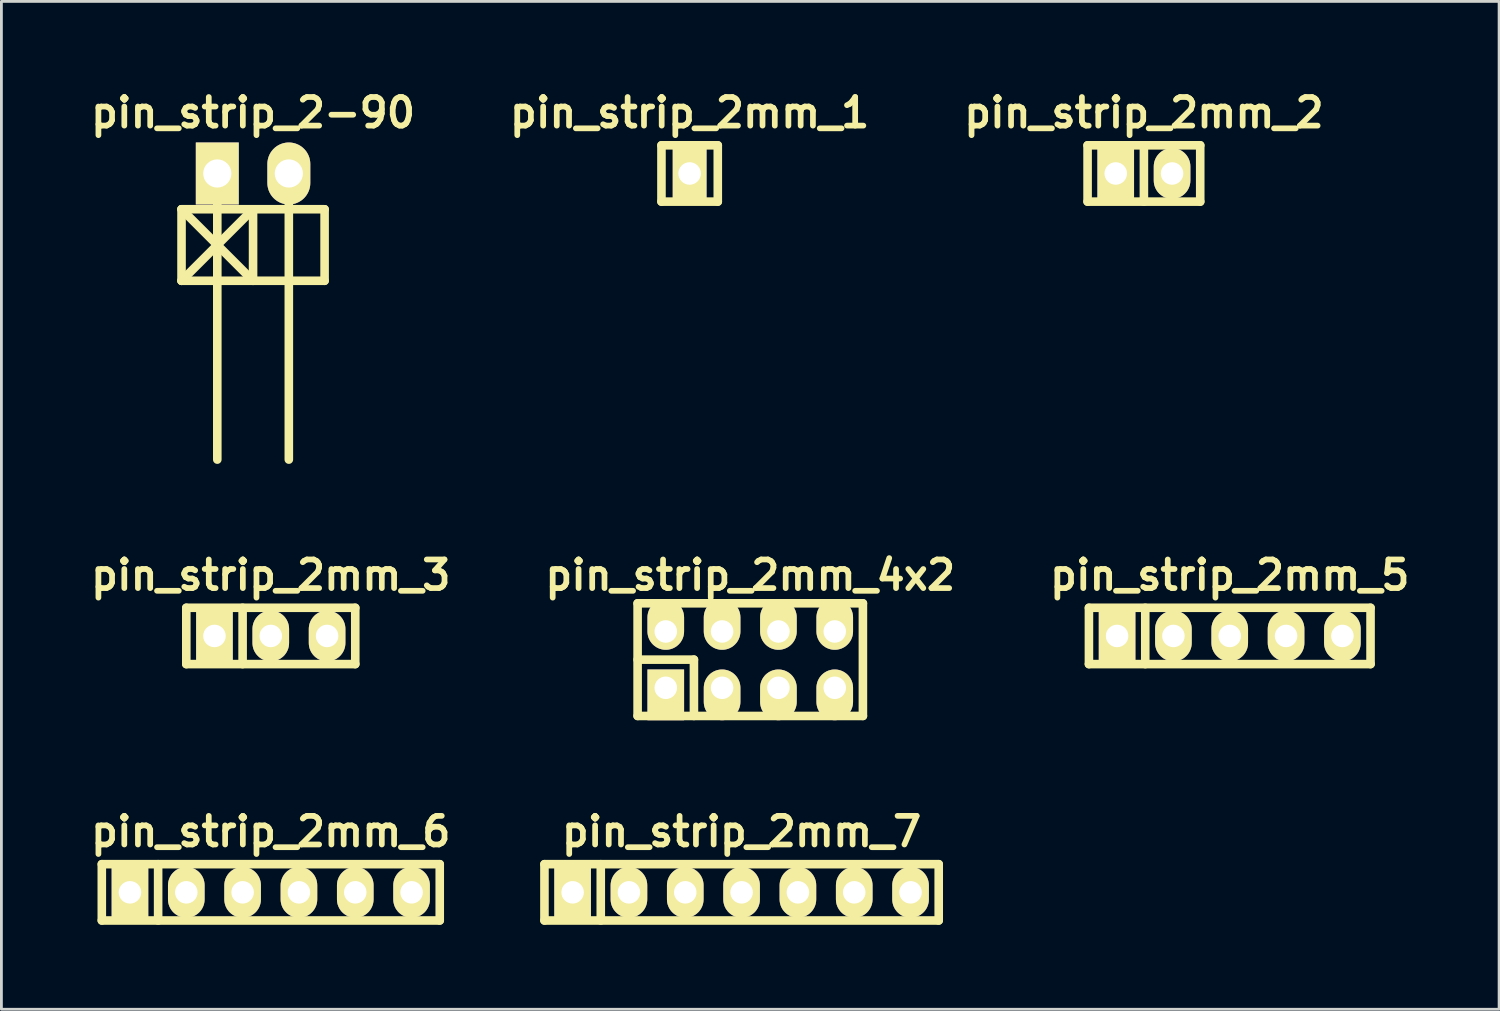
<source format=kicad_pcb>
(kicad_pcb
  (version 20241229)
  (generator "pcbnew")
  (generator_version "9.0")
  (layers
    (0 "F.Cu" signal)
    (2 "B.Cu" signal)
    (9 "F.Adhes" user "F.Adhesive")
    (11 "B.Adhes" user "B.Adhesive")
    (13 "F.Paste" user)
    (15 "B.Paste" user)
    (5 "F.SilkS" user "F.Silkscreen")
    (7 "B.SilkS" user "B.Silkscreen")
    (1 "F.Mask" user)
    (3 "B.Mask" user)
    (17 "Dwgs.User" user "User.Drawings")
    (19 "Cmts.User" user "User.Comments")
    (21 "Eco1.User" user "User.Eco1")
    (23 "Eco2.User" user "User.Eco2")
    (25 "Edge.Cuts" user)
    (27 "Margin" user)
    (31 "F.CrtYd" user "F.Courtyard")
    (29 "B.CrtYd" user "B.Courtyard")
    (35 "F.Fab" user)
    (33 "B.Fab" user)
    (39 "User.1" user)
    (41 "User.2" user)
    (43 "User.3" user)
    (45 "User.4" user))
  (footprint "pin_strip_2mm_4x2"
    (layer "F.Cu")
    (at 23.591 20.373)
    (property "Reference" "pin_strip_2mm_4x2" (at 0 -3 0) (layer "F.SilkS") (effects (font (size 1.016 1.016) (thickness 0.203))))
    (attr through_hole)
    (fp_line (start -4 -2) (end 4 -2) (stroke (width 0.305) (type solid)) (layer "F.SilkS"))
    (fp_line (start -4 0) (end -2 0) (stroke (width 0.305) (type solid)) (layer "F.SilkS"))
    (fp_line (start -4 2) (end -4 -2) (stroke (width 0.305) (type solid)) (layer "F.SilkS"))
    (fp_line (start -2 0) (end -2 2) (stroke (width 0.305) (type solid)) (layer "F.SilkS"))
    (fp_line (start 4 -2) (end 4 2) (stroke (width 0.305) (type solid)) (layer "F.SilkS"))
    (fp_line (start 4 2) (end -4 2) (stroke (width 0.305) (type solid)) (layer "F.SilkS"))
    (pad "1" thru_hole rect (at -3 1) (size 1.3 1.8) (drill 0.8 (offset 0 0.25)) (layers "*.Cu" "*.Mask" "F.SilkS"))
    (pad "2" thru_hole oval (at -3 -1) (size 1.3 1.8) (drill 0.8 (offset 0 -0.25)) (layers "*.Cu" "*.Mask" "F.SilkS"))
    (pad "3" thru_hole oval (at -1 1) (size 1.3 1.8) (drill 0.8 (offset 0 0.25)) (layers "*.Cu" "*.Mask" "F.SilkS"))
    (pad "4" thru_hole oval (at -1 -1) (size 1.3 1.8) (drill 0.8 (offset 0 -0.25)) (layers "*.Cu" "*.Mask" "F.SilkS"))
    (pad "5" thru_hole oval (at 1 1) (size 1.3 1.8) (drill 0.8 (offset 0 0.25)) (layers "*.Cu" "*.Mask" "F.SilkS"))
    (pad "6" thru_hole oval (at 1 -1) (size 1.3 1.8) (drill 0.8 (offset 0 -0.25)) (layers "*.Cu" "*.Mask" "F.SilkS"))
    (pad "7" thru_hole oval (at 3 1) (size 1.3 1.8) (drill 0.8 (offset 0 0.25)) (layers "*.Cu" "*.Mask" "F.SilkS"))
    (pad "8" thru_hole oval (at 3 -1) (size 1.3 1.8) (drill 0.8 (offset 0 -0.25)) (layers "*.Cu" "*.Mask" "F.SilkS")))
  (footprint "pin_strip_2-90"
    (layer "F.Cu")
    (at 5.936 3.11)
    (property "Reference" "pin_strip_2-90" (at 0 -2.159 0) (layer "F.SilkS") (effects (font (size 1.016 1.016) (thickness 0.203))))
    (attr through_hole)
    (fp_line (start -2.54 3.81) (end -2.54 1.27) (stroke (width 0.305) (type solid)) (layer "F.SilkS"))
    (fp_line (start -2.54 3.81) (end 2.54 3.81) (stroke (width 0.305) (type solid)) (layer "F.SilkS"))
    (fp_line (start -1.27 0) (end -1.27 10.16) (stroke (width 0.305) (type solid)) (layer "F.SilkS"))
    (fp_line (start 0 1.27) (end -2.54 3.81) (stroke (width 0.305) (type solid)) (layer "F.SilkS"))
    (fp_line (start 0 3.81) (end -2.54 1.27) (stroke (width 0.305) (type solid)) (layer "F.SilkS"))
    (fp_line (start 0 3.81) (end 0 1.27) (stroke (width 0.305) (type solid)) (layer "F.SilkS"))
    (fp_line (start 1.27 0) (end 1.27 10.16) (stroke (width 0.305) (type solid)) (layer "F.SilkS"))
    (fp_line (start 2.54 1.27) (end -2.54 1.27) (stroke (width 0.305) (type solid)) (layer "F.SilkS"))
    (fp_line (start 2.54 3.81) (end 2.54 1.27) (stroke (width 0.305) (type solid)) (layer "F.SilkS"))
    (pad "1" thru_hole rect (at -1.27 0) (size 1.524 2.2) (drill 1.001) (layers "*.Cu" "*.Mask" "F.SilkS"))
    (pad "2" thru_hole oval (at 1.27 0) (size 1.524 2.2) (drill 1.001) (layers "*.Cu" "*.Mask" "F.SilkS")))
  (footprint "pin_strip_2mm_2"
    (layer "F.Cu")
    (at 37.569 3.11)
    (property "Reference" "pin_strip_2mm_2" (at 0 -2.159 0) (layer "F.SilkS") (effects (font (size 1.016 1.016) (thickness 0.203))))
    (attr through_hole)
    (fp_line (start -2 -1) (end 2 -1) (stroke (width 0.305) (type solid)) (layer "F.SilkS"))
    (fp_line (start -2 1) (end -2 -1) (stroke (width 0.305) (type solid)) (layer "F.SilkS"))
    (fp_line (start 0 -1) (end 0 1) (stroke (width 0.305) (type solid)) (layer "F.SilkS"))
    (fp_line (start 2 -1) (end 2 1) (stroke (width 0.305) (type solid)) (layer "F.SilkS"))
    (fp_line (start 2 1) (end -2 1) (stroke (width 0.305) (type solid)) (layer "F.SilkS"))
    (pad "1" thru_hole rect (at -1 0) (size 1.3 1.8) (drill 0.8) (layers "*.Cu" "*.Mask" "F.SilkS"))
    (pad "2" thru_hole oval (at 1 0) (size 1.3 1.8) (drill 0.8) (layers "*.Cu" "*.Mask" "F.SilkS")))
  (footprint "pin_strip_2mm_3"
    (layer "F.Cu")
    (at 6.565 19.532)
    (property "Reference" "pin_strip_2mm_3" (at 0 -2.159 0) (layer "F.SilkS") (effects (font (size 1.016 1.016) (thickness 0.203))))
    (attr through_hole)
    (fp_line (start -3 -1) (end 3 -1) (stroke (width 0.305) (type solid)) (layer "F.SilkS"))
    (fp_line (start -3 1) (end -3 -1) (stroke (width 0.305) (type solid)) (layer "F.SilkS"))
    (fp_line (start -1 -1) (end -1 1) (stroke (width 0.305) (type solid)) (layer "F.SilkS"))
    (fp_line (start 3 -1) (end 3 1) (stroke (width 0.305) (type solid)) (layer "F.SilkS"))
    (fp_line (start 3 1) (end -3 1) (stroke (width 0.305) (type solid)) (layer "F.SilkS"))
    (pad "1" thru_hole rect (at -2 0) (size 1.3 1.8) (drill 0.8) (layers "*.Cu" "*.Mask" "F.SilkS"))
    (pad "2" thru_hole oval (at 0 0) (size 1.3 1.8) (drill 0.8) (layers "*.Cu" "*.Mask" "F.SilkS"))
    (pad "3" thru_hole oval (at 2 0) (size 1.3 1.8) (drill 0.8) (layers "*.Cu" "*.Mask" "F.SilkS")))
  (footprint "pin_strip_2mm_6"
    (layer "F.Cu")
    (at 6.565 28.636)
    (property "Reference" "pin_strip_2mm_6" (at 0 -2.159 0) (layer "F.SilkS") (effects (font (size 1.016 1.016) (thickness 0.203))))
    (attr through_hole)
    (fp_line (start -6 -1) (end 6 -1) (stroke (width 0.305) (type solid)) (layer "F.SilkS"))
    (fp_line (start -6 1) (end -6 -1) (stroke (width 0.305) (type solid)) (layer "F.SilkS"))
    (fp_line (start -4 -1) (end -4 1) (stroke (width 0.305) (type solid)) (layer "F.SilkS"))
    (fp_line (start 6 -1) (end 6 1) (stroke (width 0.305) (type solid)) (layer "F.SilkS"))
    (fp_line (start 6 1) (end -6 1) (stroke (width 0.305) (type solid)) (layer "F.SilkS"))
    (pad "1" thru_hole rect (at -5 0) (size 1.3 1.8) (drill 0.8) (layers "*.Cu" "*.Mask" "F.SilkS"))
    (pad "2" thru_hole oval (at -3 0) (size 1.3 1.8) (drill 0.8) (layers "*.Cu" "*.Mask" "F.SilkS"))
    (pad "3" thru_hole oval (at -1 0) (size 1.3 1.8) (drill 0.8) (layers "*.Cu" "*.Mask" "F.SilkS"))
    (pad "4" thru_hole oval (at 1 0) (size 1.3 1.8) (drill 0.8) (layers "*.Cu" "*.Mask" "F.SilkS"))
    (pad "5" thru_hole oval (at 3 0) (size 1.3 1.8) (drill 0.8) (layers "*.Cu" "*.Mask" "F.SilkS"))
    (pad "6" thru_hole oval (at 5 0) (size 1.3 1.8) (drill 0.8) (layers "*.Cu" "*.Mask" "F.SilkS")))
  (footprint "pin_strip_2mm_1"
    (layer "F.Cu")
    (at 21.438 3.11)
    (property "Reference" "pin_strip_2mm_1" (at 0 -2.159 0) (layer "F.SilkS") (effects (font (size 1.016 1.016) (thickness 0.203))))
    (attr through_hole)
    (fp_line (start -1 -1) (end 1 -1) (stroke (width 0.305) (type solid)) (layer "F.SilkS"))
    (fp_line (start -1 1) (end -1 -1) (stroke (width 0.305) (type solid)) (layer "F.SilkS"))
    (fp_line (start 1 -1) (end 1 1) (stroke (width 0.305) (type solid)) (layer "F.SilkS"))
    (fp_line (start 1 1) (end -1 1) (stroke (width 0.305) (type solid)) (layer "F.SilkS"))
    (pad "1" thru_hole rect (at 0 0) (size 1.2 1.8) (drill 0.8) (layers "*.Cu" "*.Mask" "F.SilkS")))
  (footprint "pin_strip_2mm_7"
    (layer "F.Cu")
    (at 23.283 28.636)
    (property "Reference" "pin_strip_2mm_7" (at 0 -2.159 0) (layer "F.SilkS") (effects (font (size 1.016 1.016) (thickness 0.203))))
    (attr through_hole)
    (fp_line (start -7 -1) (end 7 -1) (stroke (width 0.305) (type solid)) (layer "F.SilkS"))
    (fp_line (start -7 1) (end -7 -1) (stroke (width 0.305) (type solid)) (layer "F.SilkS"))
    (fp_line (start -5 -1) (end -5 1) (stroke (width 0.305) (type solid)) (layer "F.SilkS"))
    (fp_line (start 7 -1) (end 7 1) (stroke (width 0.305) (type solid)) (layer "F.SilkS"))
    (fp_line (start 7 1) (end -7 1) (stroke (width 0.305) (type solid)) (layer "F.SilkS"))
    (pad "1" thru_hole rect (at -6 0) (size 1.3 1.8) (drill 0.8) (layers "*.Cu" "*.Mask" "F.SilkS"))
    (pad "2" thru_hole oval (at -4 0) (size 1.3 1.8) (drill 0.8) (layers "*.Cu" "*.Mask" "F.SilkS"))
    (pad "3" thru_hole oval (at -2 0) (size 1.3 1.8) (drill 0.8) (layers "*.Cu" "*.Mask" "F.SilkS"))
    (pad "4" thru_hole oval (at 0 0) (size 1.3 1.8) (drill 0.8) (layers "*.Cu" "*.Mask" "F.SilkS"))
    (pad "5" thru_hole oval (at 2 0) (size 1.3 1.8) (drill 0.8) (layers "*.Cu" "*.Mask" "F.SilkS"))
    (pad "6" thru_hole oval (at 4 0) (size 1.3 1.8) (drill 0.8) (layers "*.Cu" "*.Mask" "F.SilkS"))
    (pad "7" thru_hole oval (at 6 0) (size 1.3 1.8) (drill 0.8) (layers "*.Cu" "*.Mask" "F.SilkS")))
  (footprint "pin_strip_2mm_5"
    (layer "F.Cu")
    (at 40.617 19.532)
    (property "Reference" "pin_strip_2mm_5" (at 0 -2.159 0) (layer "F.SilkS") (effects (font (size 1.016 1.016) (thickness 0.203))))
    (attr through_hole)
    (fp_line (start -5 -1) (end 5 -1) (stroke (width 0.305) (type solid)) (layer "F.SilkS"))
    (fp_line (start -5 1) (end -5 -1) (stroke (width 0.305) (type solid)) (layer "F.SilkS"))
    (fp_line (start -3 -1) (end -3 1) (stroke (width 0.305) (type solid)) (layer "F.SilkS"))
    (fp_line (start 5 -1) (end 5 1) (stroke (width 0.305) (type solid)) (layer "F.SilkS"))
    (fp_line (start 5 1) (end -5 1) (stroke (width 0.305) (type solid)) (layer "F.SilkS"))
    (pad "1" thru_hole rect (at -4 0) (size 1.3 1.8) (drill 0.8) (layers "*.Cu" "*.Mask" "F.SilkS"))
    (pad "2" thru_hole oval (at -2 0) (size 1.3 1.8) (drill 0.8) (layers "*.Cu" "*.Mask" "F.SilkS"))
    (pad "3" thru_hole oval (at 0 0) (size 1.3 1.8) (drill 0.8) (layers "*.Cu" "*.Mask" "F.SilkS"))
    (pad "4" thru_hole oval (at 2 0) (size 1.3 1.8) (drill 0.8) (layers "*.Cu" "*.Mask" "F.SilkS"))
    (pad "5" thru_hole oval (at 4 0) (size 1.3 1.8) (drill 0.8) (layers "*.Cu" "*.Mask" "F.SilkS")))
  (gr_rect
    (start -3 -3)
    (end 50.182 32.788)
    (stroke (width 0.1) (type default))
    (fill no)
    (layer "Edge.Cuts")))
</source>
